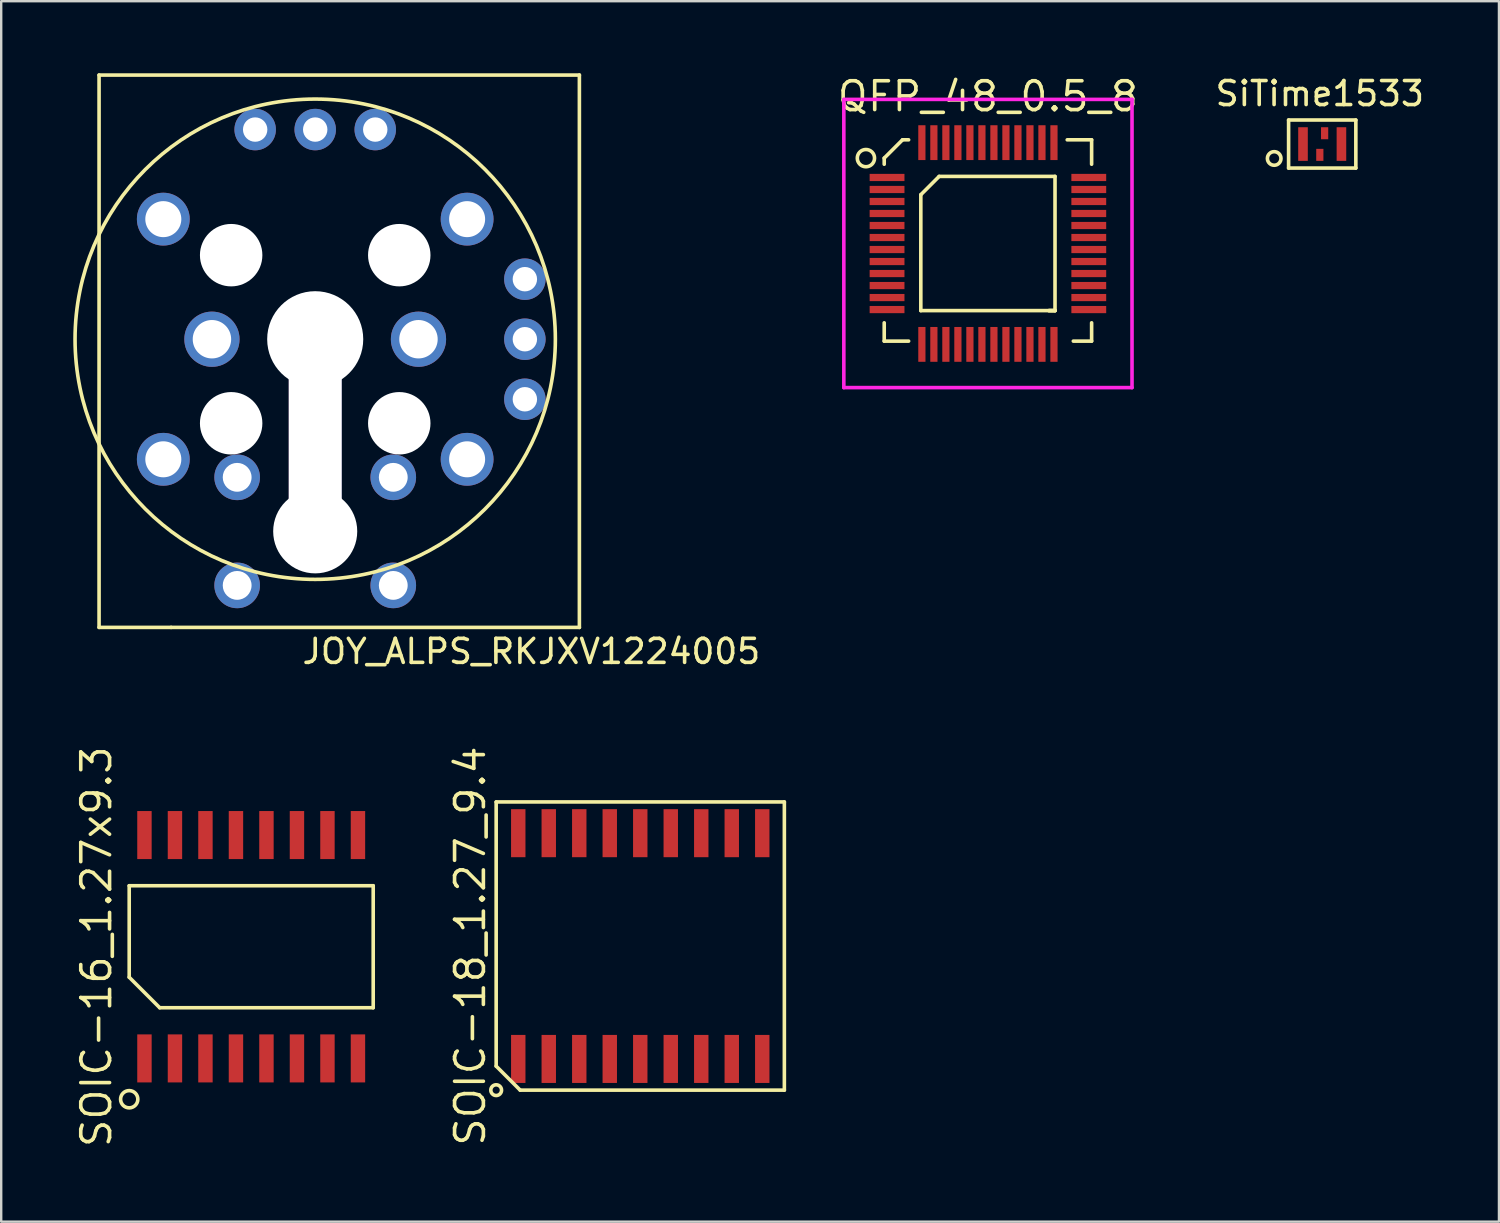
<source format=kicad_pcb>
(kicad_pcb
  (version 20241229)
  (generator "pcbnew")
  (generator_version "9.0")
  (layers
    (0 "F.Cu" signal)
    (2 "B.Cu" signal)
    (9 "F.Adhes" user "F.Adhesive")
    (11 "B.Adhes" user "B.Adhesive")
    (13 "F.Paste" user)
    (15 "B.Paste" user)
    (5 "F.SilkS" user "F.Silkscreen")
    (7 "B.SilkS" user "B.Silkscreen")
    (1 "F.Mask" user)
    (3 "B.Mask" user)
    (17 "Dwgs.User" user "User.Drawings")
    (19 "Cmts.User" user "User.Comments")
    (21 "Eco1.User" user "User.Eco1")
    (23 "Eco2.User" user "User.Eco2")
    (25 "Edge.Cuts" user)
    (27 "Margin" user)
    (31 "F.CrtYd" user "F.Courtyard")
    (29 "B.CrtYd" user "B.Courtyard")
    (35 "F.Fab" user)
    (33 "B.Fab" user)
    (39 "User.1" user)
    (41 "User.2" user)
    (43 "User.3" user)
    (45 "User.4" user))
  (footprint "JOY_ALPS_RKJXV1224005"
    (layer "F.Cu")
    (at 10.075 11.075)
    (property "Reference" "JOY_ALPS_RKJXV1224005" (at 9 13 0) (layer "F.SilkS") (effects (font (size 1 1) (thickness 0.15))))
    (attr through_hole)
    (fp_line (start -9 -11) (end -9 12) (stroke (width 0.15) (type solid)) (layer "F.SilkS"))
    (fp_line (start -9 12) (end -6 12) (stroke (width 0.15) (type solid)) (layer "F.SilkS"))
    (fp_line (start -6 12) (end 11 12) (stroke (width 0.15) (type solid)) (layer "F.SilkS"))
    (fp_line (start 11 -11) (end -9 -11) (stroke (width 0.15) (type solid)) (layer "F.SilkS"))
    (fp_line (start 11 12) (end 11 -11) (stroke (width 0.15) (type solid)) (layer "F.SilkS"))
    (fp_circle (center 0 0) (end 10 0) (stroke (width 0.15) (type solid)) (fill no) (layer "F.SilkS"))
    (pad "" thru_hole circle (at -6.325 -5) (size 2.2 2.2) (drill 1.5) (layers "*.Cu" "*.Mask"))
    (pad "" thru_hole circle (at -6.325 5) (size 2.2 2.2) (drill 1.5) (layers "*.Cu" "*.Mask"))
    (pad "" thru_hole circle (at -4.3 0) (size 2.3 2.3) (drill 1.6) (layers "*.Cu" "*.Mask"))
    (pad "" np_thru_hole circle (at -3.5 -3.5) (size 2.6 2.6) (drill 2.6) (layers "*.Cu" "*.Mask"))
    (pad "" np_thru_hole circle (at -3.5 3.5) (size 2.6 2.6) (drill 2.6) (layers "*.Cu" "*.Mask"))
    (pad "" np_thru_hole circle (at 0 0) (size 4 4) (drill 4) (layers "*.Cu" "*.Mask"))
    (pad "" np_thru_hole rect (at 0 4) (size 2.2 8) (drill oval 2.2 8) (layers "*.Cu" "*.Mask"))
    (pad "" np_thru_hole circle (at 0 8) (size 3.5 3.5) (drill 3.5) (layers "*.Cu" "*.Mask"))
    (pad "" np_thru_hole circle (at 3.5 -3.5) (size 2.6 2.6) (drill 2.6) (layers "*.Cu" "*.Mask"))
    (pad "" np_thru_hole circle (at 3.5 3.5) (size 2.6 2.6) (drill 2.6) (layers "*.Cu" "*.Mask"))
    (pad "" thru_hole circle (at 4.3 0) (size 2.3 2.3) (drill 1.6) (layers "*.Cu" "*.Mask"))
    (pad "" thru_hole circle (at 6.325 -5) (size 2.2 2.2) (drill 1.5) (layers "*.Cu" "*.Mask"))
    (pad "" thru_hole circle (at 6.325 5) (size 2.2 2.2) (drill 1.5) (layers "*.Cu" "*.Mask"))
    (pad "J0-1" thru_hole circle (at 2.5 -8.73) (size 1.727 1.727) (drill 1.016) (layers "*.Cu" "*.Mask"))
    (pad "J0-2" thru_hole circle (at 0 -8.73) (size 1.727 1.727) (drill 1.016) (layers "*.Cu" "*.Mask"))
    (pad "J0-3" thru_hole circle (at -2.5 -8.73) (size 1.727 1.727) (drill 1.016) (layers "*.Cu" "*.Mask"))
    (pad "J1-1" thru_hole circle (at 8.73 2.5) (size 1.727 1.727) (drill 1.016) (layers "*.Cu" "*.Mask"))
    (pad "J1-2" thru_hole circle (at 8.73 0) (size 1.727 1.727) (drill 1.016) (layers "*.Cu" "*.Mask"))
    (pad "J1-3" thru_hole circle (at 8.73 -2.5) (size 1.727 1.727) (drill 1.016) (layers "*.Cu" "*.Mask"))
    (pad "SW0" thru_hole circle (at -3.25 5.75) (size 1.9 1.9) (drill 1.2) (layers "*.Cu" "*.Mask"))
    (pad "SW0" thru_hole circle (at 3.25 5.75) (size 1.9 1.9) (drill 1.2) (layers "*.Cu" "*.Mask"))
    (pad "SW1" thru_hole circle (at -3.25 10.25) (size 1.9 1.9) (drill 1.2) (layers "*.Cu" "*.Mask"))
    (pad "SW1" thru_hole circle (at 3.25 10.25) (size 1.9 1.9) (drill 1.2) (layers "*.Cu" "*.Mask")))
  (footprint "SOIC-18_1.27_9.4"
    (layer "F.Cu")
    (at 23.61 36.343)
    (property "Reference" "SOIC-18_1.27_9.4" (at -7.08 0 90) (layer "F.SilkS") (effects (font (size 1.2 1.2) (thickness 0.15))))
    (attr through_hole)
    (fp_line (start -6 -6) (end 6 -6) (stroke (width 0.15) (type solid)) (layer "F.SilkS"))
    (fp_line (start -6 5) (end -6 -6) (stroke (width 0.15) (type solid)) (layer "F.SilkS"))
    (fp_line (start -5 6) (end -6 5) (stroke (width 0.15) (type solid)) (layer "F.SilkS"))
    (fp_line (start 6 -6) (end 6 6) (stroke (width 0.15) (type solid)) (layer "F.SilkS"))
    (fp_line (start 6 6) (end -5 6) (stroke (width 0.15) (type solid)) (layer "F.SilkS"))
    (fp_circle (center -6 6) (end -5.8 5.9) (stroke (width 0.15) (type solid)) (fill no) (layer "F.SilkS"))
    (pad "1" smd rect (at -5.08 4.7) (size 0.6 2) (layers "F.Cu" "F.Mask" "F.Paste"))
    (pad "2" smd rect (at -3.81 4.7) (size 0.6 2) (layers "F.Cu" "F.Mask" "F.Paste"))
    (pad "3" smd rect (at -2.54 4.7) (size 0.6 2) (layers "F.Cu" "F.Mask" "F.Paste"))
    (pad "4" smd rect (at -1.27 4.7) (size 0.6 2) (layers "F.Cu" "F.Mask" "F.Paste"))
    (pad "5" smd rect (at 0 4.7) (size 0.6 2) (layers "F.Cu" "F.Mask" "F.Paste"))
    (pad "6" smd rect (at 1.27 4.7) (size 0.6 2) (layers "F.Cu" "F.Mask" "F.Paste"))
    (pad "7" smd rect (at 2.54 4.7) (size 0.6 2) (layers "F.Cu" "F.Mask" "F.Paste"))
    (pad "8" smd rect (at 3.81 4.7) (size 0.6 2) (layers "F.Cu" "F.Mask" "F.Paste"))
    (pad "9" smd rect (at 5.08 4.7) (size 0.6 2) (layers "F.Cu" "F.Mask" "F.Paste"))
    (pad "10" smd rect (at 5.08 -4.7) (size 0.6 2) (layers "F.Cu" "F.Mask" "F.Paste"))
    (pad "11" smd rect (at 3.81 -4.7) (size 0.6 2) (layers "F.Cu" "F.Mask" "F.Paste"))
    (pad "12" smd rect (at 2.54 -4.7) (size 0.6 2) (layers "F.Cu" "F.Mask" "F.Paste"))
    (pad "13" smd rect (at 1.27 -4.7) (size 0.6 2) (layers "F.Cu" "F.Mask" "F.Paste"))
    (pad "14" smd rect (at 0 -4.7) (size 0.6 2) (layers "F.Cu" "F.Mask" "F.Paste"))
    (pad "15" smd rect (at -1.27 -4.7) (size 0.6 2) (layers "F.Cu" "F.Mask" "F.Paste"))
    (pad "16" smd rect (at -2.54 -4.7) (size 0.6 2) (layers "F.Cu" "F.Mask" "F.Paste"))
    (pad "17" smd rect (at -3.81 -4.7) (size 0.6 2) (layers "F.Cu" "F.Mask" "F.Paste"))
    (pad "18" smd rect (at -5.08 -4.7) (size 0.6 2) (layers "F.Cu" "F.Mask" "F.Paste")))
  (footprint "SiTime1533"
    (layer "F.Cu")
    (at 52.006 2.948)
    (property "Reference" "SiTime1533" (at -0.1 -2.1 0) (layer "F.SilkS") (effects (font (size 1 1) (thickness 0.15))))
    (attr through_hole)
    (fp_line (start -1.4 -1) (end -1.4 1) (stroke (width 0.15) (type solid)) (layer "F.SilkS"))
    (fp_line (start -1.4 1) (end 1.4 1) (stroke (width 0.15) (type solid)) (layer "F.SilkS"))
    (fp_line (start 1.4 -1) (end -1.4 -1) (stroke (width 0.15) (type solid)) (layer "F.SilkS"))
    (fp_line (start 1.4 1) (end 1.4 -1) (stroke (width 0.15) (type solid)) (layer "F.SilkS"))
    (fp_circle (center -2 0.6) (end -1.8 0.8) (stroke (width 0.15) (type solid)) (fill no) (layer "F.SilkS"))
    (pad "1" smd rect (at -0.8 0) (size 0.4 1.4) (layers "F.Cu" "F.Mask" "F.Paste"))
    (pad "2" smd rect (at -0.1 0.45) (size 0.3 0.5) (layers "F.Cu" "F.Mask" "F.Paste"))
    (pad "3" smd rect (at 0.8 0) (size 0.4 1.4) (layers "F.Cu" "F.Mask" "F.Paste"))
    (pad "4" smd rect (at 0.1 -0.45) (size 0.3 0.5) (layers "F.Cu" "F.Mask" "F.Paste")))
  (footprint "SOIC-16_1.27x9.3"
    (layer "F.Cu")
    (at 7.41 36.371)
    (property "Reference" "SOIC-16_1.27x9.3" (at -6.445 0 90) (layer "F.SilkS") (effects (font (size 1.2 1.2) (thickness 0.15))))
    (attr through_hole)
    (fp_line (start -5.08 -2.54) (end -5.08 1.27) (stroke (width 0.15) (type solid)) (layer "F.SilkS"))
    (fp_line (start -5.08 1.27) (end -3.81 2.54) (stroke (width 0.15) (type solid)) (layer "F.SilkS"))
    (fp_line (start -3.81 2.54) (end 5.08 2.54) (stroke (width 0.15) (type solid)) (layer "F.SilkS"))
    (fp_line (start 5.08 -2.54) (end -5.08 -2.54) (stroke (width 0.15) (type solid)) (layer "F.SilkS"))
    (fp_line (start 5.08 2.54) (end 5.08 -2.54) (stroke (width 0.15) (type solid)) (layer "F.SilkS"))
    (fp_circle (center -5.08 6.35) (end -4.826 6.096) (stroke (width 0.15) (type solid)) (fill no) (layer "F.SilkS"))
    (pad "1" smd rect (at -4.445 4.65) (size 0.6 2) (layers "F.Cu" "F.Mask" "F.Paste"))
    (pad "2" smd rect (at -3.175 4.65) (size 0.6 2) (layers "F.Cu" "F.Mask" "F.Paste"))
    (pad "3" smd rect (at -1.905 4.65) (size 0.6 2) (layers "F.Cu" "F.Mask" "F.Paste"))
    (pad "4" smd rect (at -0.635 4.65) (size 0.6 2) (layers "F.Cu" "F.Mask" "F.Paste"))
    (pad "5" smd rect (at 0.635 4.65) (size 0.6 2) (layers "F.Cu" "F.Mask" "F.Paste"))
    (pad "6" smd rect (at 1.905 4.65) (size 0.6 2) (layers "F.Cu" "F.Mask" "F.Paste"))
    (pad "7" smd rect (at 3.175 4.65) (size 0.6 2) (layers "F.Cu" "F.Mask" "F.Paste"))
    (pad "8" smd rect (at 4.445 4.65) (size 0.6 2) (layers "F.Cu" "F.Mask" "F.Paste"))
    (pad "9" smd rect (at 4.445 -4.65) (size 0.6 2) (layers "F.Cu" "F.Mask" "F.Paste"))
    (pad "10" smd rect (at 3.175 -4.65) (size 0.6 2) (layers "F.Cu" "F.Mask" "F.Paste"))
    (pad "11" smd rect (at 1.905 -4.65) (size 0.6 2) (layers "F.Cu" "F.Mask" "F.Paste"))
    (pad "12" smd rect (at 0.635 -4.65) (size 0.6 2) (layers "F.Cu" "F.Mask" "F.Paste"))
    (pad "13" smd rect (at -0.635 -4.65) (size 0.6 2) (layers "F.Cu" "F.Mask" "F.Paste"))
    (pad "14" smd rect (at -1.905 -4.65) (size 0.6 2) (layers "F.Cu" "F.Mask" "F.Paste"))
    (pad "15" smd rect (at -3.175 -4.65) (size 0.6 2) (layers "F.Cu" "F.Mask" "F.Paste"))
    (pad "16" smd rect (at -4.445 -4.65) (size 0.6 2) (layers "F.Cu" "F.Mask" "F.Paste")))
  (footprint "QFP_48_0.5_8"
    (layer "F.Cu")
    (at 38.086 7.09)
    (property "Reference" "QFP_48_0.5_8" (at 0 -6.125 0) (layer "F.SilkS") (effects (font (size 1.2 1.2) (thickness 0.15))))
    (attr through_hole)
    (fp_line (start -4.318 -3.556) (end -4.318 -3.302) (stroke (width 0.15) (type solid)) (layer "F.SilkS"))
    (fp_line (start -4.318 4.064) (end -4.318 3.302) (stroke (width 0.15) (type solid)) (layer "F.SilkS"))
    (fp_line (start -3.556 -4.318) (end -4.318 -3.556) (stroke (width 0.15) (type solid)) (layer "F.SilkS"))
    (fp_line (start -3.302 -4.318) (end -3.556 -4.318) (stroke (width 0.15) (type solid)) (layer "F.SilkS"))
    (fp_line (start -3.302 4.064) (end -4.318 4.064) (stroke (width 0.15) (type solid)) (layer "F.SilkS"))
    (fp_line (start -2.794 -2.032) (end -2.794 2.794) (stroke (width 0.15) (type solid)) (layer "F.SilkS"))
    (fp_line (start -2.794 2.794) (end 2.794 2.794) (stroke (width 0.15) (type solid)) (layer "F.SilkS"))
    (fp_line (start -2.032 -2.794) (end -2.794 -2.032) (stroke (width 0.15) (type solid)) (layer "F.SilkS"))
    (fp_line (start 2.54 2.794) (end 2.794 2.794) (stroke (width 0.15) (type solid)) (layer "F.SilkS"))
    (fp_line (start 2.794 -2.794) (end -2.032 -2.794) (stroke (width 0.15) (type solid)) (layer "F.SilkS"))
    (fp_line (start 2.794 2.794) (end 2.54 2.794) (stroke (width 0.15) (type solid)) (layer "F.SilkS"))
    (fp_line (start 2.794 2.794) (end 2.794 -2.794) (stroke (width 0.15) (type solid)) (layer "F.SilkS"))
    (fp_line (start 3.556 4.064) (end 4.318 4.064) (stroke (width 0.15) (type solid)) (layer "F.SilkS"))
    (fp_line (start 4.318 -4.318) (end 3.302 -4.318) (stroke (width 0.15) (type solid)) (layer "F.SilkS"))
    (fp_line (start 4.318 -3.302) (end 4.318 -4.318) (stroke (width 0.15) (type solid)) (layer "F.SilkS"))
    (fp_line (start 4.318 4.064) (end 4.318 3.302) (stroke (width 0.15) (type solid)) (layer "F.SilkS"))
    (fp_circle (center -5.08 -3.556) (end -5.334 -3.81) (stroke (width 0.15) (type solid)) (fill no) (layer "F.SilkS"))
    (fp_line (start -6 -6) (end 6 -6) (stroke (width 0.15) (type solid)) (layer "F.CrtYd"))
    (fp_line (start -6 6) (end -6 -6) (stroke (width 0.15) (type solid)) (layer "F.CrtYd"))
    (fp_line (start 6 -6) (end 6 6) (stroke (width 0.15) (type solid)) (layer "F.CrtYd"))
    (fp_line (start 6 6) (end -6 6) (stroke (width 0.15) (type solid)) (layer "F.CrtYd"))
    (pad "1" smd rect (at -4.2 -2.75 90) (size 0.3 1.45) (layers "F.Cu" "F.Mask" "F.Paste"))
    (pad "2" smd rect (at -4.2 -2.25 90) (size 0.3 1.45) (layers "F.Cu" "F.Mask" "F.Paste"))
    (pad "3" smd rect (at -4.2 -1.75 90) (size 0.3 1.45) (layers "F.Cu" "F.Mask" "F.Paste"))
    (pad "4" smd rect (at -4.2 -1.25 90) (size 0.3 1.45) (layers "F.Cu" "F.Mask" "F.Paste"))
    (pad "5" smd rect (at -4.2 -0.75 90) (size 0.3 1.45) (layers "F.Cu" "F.Mask" "F.Paste"))
    (pad "6" smd rect (at -4.2 -0.25 90) (size 0.3 1.45) (layers "F.Cu" "F.Mask" "F.Paste"))
    (pad "7" smd rect (at -4.2 0.25 90) (size 0.3 1.45) (layers "F.Cu" "F.Mask" "F.Paste"))
    (pad "8" smd rect (at -4.2 0.75 90) (size 0.3 1.45) (layers "F.Cu" "F.Mask" "F.Paste"))
    (pad "9" smd rect (at -4.2 1.25 90) (size 0.3 1.45) (layers "F.Cu" "F.Mask" "F.Paste"))
    (pad "10" smd rect (at -4.2 1.75 90) (size 0.3 1.45) (layers "F.Cu" "F.Mask" "F.Paste"))
    (pad "11" smd rect (at -4.2 2.25 90) (size 0.3 1.45) (layers "F.Cu" "F.Mask" "F.Paste"))
    (pad "12" smd rect (at -4.2 2.75 90) (size 0.3 1.45) (layers "F.Cu" "F.Mask" "F.Paste"))
    (pad "13" smd rect (at -2.75 4.2) (size 0.3 1.45) (layers "F.Cu" "F.Mask" "F.Paste"))
    (pad "14" smd rect (at -2.25 4.2) (size 0.3 1.45) (layers "F.Cu" "F.Mask" "F.Paste"))
    (pad "15" smd rect (at -1.75 4.2) (size 0.3 1.45) (layers "F.Cu" "F.Mask" "F.Paste"))
    (pad "16" smd rect (at -1.25 4.2) (size 0.3 1.45) (layers "F.Cu" "F.Mask" "F.Paste"))
    (pad "17" smd rect (at -0.75 4.2) (size 0.3 1.45) (layers "F.Cu" "F.Mask" "F.Paste"))
    (pad "18" smd rect (at -0.25 4.2) (size 0.3 1.45) (layers "F.Cu" "F.Mask" "F.Paste"))
    (pad "19" smd rect (at 0.25 4.2) (size 0.3 1.45) (layers "F.Cu" "F.Mask" "F.Paste"))
    (pad "20" smd rect (at 0.75 4.2) (size 0.3 1.45) (layers "F.Cu" "F.Mask" "F.Paste"))
    (pad "21" smd rect (at 1.25 4.2) (size 0.3 1.45) (layers "F.Cu" "F.Mask" "F.Paste"))
    (pad "22" smd rect (at 1.75 4.2) (size 0.3 1.45) (layers "F.Cu" "F.Mask" "F.Paste"))
    (pad "23" smd rect (at 2.25 4.2) (size 0.3 1.45) (layers "F.Cu" "F.Mask" "F.Paste"))
    (pad "24" smd rect (at 2.75 4.2) (size 0.3 1.45) (layers "F.Cu" "F.Mask" "F.Paste"))
    (pad "25" smd rect (at 4.2 2.75 90) (size 0.3 1.45) (layers "F.Cu" "F.Mask" "F.Paste"))
    (pad "26" smd rect (at 4.2 2.25 90) (size 0.3 1.45) (layers "F.Cu" "F.Mask" "F.Paste"))
    (pad "27" smd rect (at 4.2 1.75 90) (size 0.3 1.45) (layers "F.Cu" "F.Mask" "F.Paste"))
    (pad "28" smd rect (at 4.2 1.25 90) (size 0.3 1.45) (layers "F.Cu" "F.Mask" "F.Paste"))
    (pad "29" smd rect (at 4.2 0.75 90) (size 0.3 1.45) (layers "F.Cu" "F.Mask" "F.Paste"))
    (pad "30" smd rect (at 4.2 0.25 90) (size 0.3 1.45) (layers "F.Cu" "F.Mask" "F.Paste"))
    (pad "31" smd rect (at 4.2 -0.25 90) (size 0.3 1.45) (layers "F.Cu" "F.Mask" "F.Paste"))
    (pad "32" smd rect (at 4.2 -0.75 90) (size 0.3 1.45) (layers "F.Cu" "F.Mask" "F.Paste"))
    (pad "33" smd rect (at 4.2 -1.25 90) (size 0.3 1.45) (layers "F.Cu" "F.Mask" "F.Paste"))
    (pad "34" smd rect (at 4.2 -1.75 90) (size 0.3 1.45) (layers "F.Cu" "F.Mask" "F.Paste"))
    (pad "35" smd rect (at 4.2 -2.25 90) (size 0.3 1.45) (layers "F.Cu" "F.Mask" "F.Paste"))
    (pad "36" smd rect (at 4.2 -2.75 90) (size 0.3 1.45) (layers "F.Cu" "F.Mask" "F.Paste"))
    (pad "37" smd rect (at 2.75 -4.2) (size 0.3 1.45) (layers "F.Cu" "F.Mask" "F.Paste"))
    (pad "38" smd rect (at 2.25 -4.2) (size 0.3 1.45) (layers "F.Cu" "F.Mask" "F.Paste"))
    (pad "39" smd rect (at 1.75 -4.2) (size 0.3 1.45) (layers "F.Cu" "F.Mask" "F.Paste"))
    (pad "40" smd rect (at 1.25 -4.2) (size 0.3 1.45) (layers "F.Cu" "F.Mask" "F.Paste"))
    (pad "41" smd rect (at 0.75 -4.2) (size 0.3 1.45) (layers "F.Cu" "F.Mask" "F.Paste"))
    (pad "42" smd rect (at 0.25 -4.2) (size 0.3 1.45) (layers "F.Cu" "F.Mask" "F.Paste"))
    (pad "43" smd rect (at -0.25 -4.2) (size 0.3 1.45) (layers "F.Cu" "F.Mask" "F.Paste"))
    (pad "44" smd rect (at -0.75 -4.2) (size 0.3 1.45) (layers "F.Cu" "F.Mask" "F.Paste"))
    (pad "45" smd rect (at -1.25 -4.2) (size 0.3 1.45) (layers "F.Cu" "F.Mask" "F.Paste"))
    (pad "46" smd rect (at -1.75 -4.2) (size 0.3 1.45) (layers "F.Cu" "F.Mask" "F.Paste"))
    (pad "47" smd rect (at -2.25 -4.2) (size 0.3 1.45) (layers "F.Cu" "F.Mask" "F.Paste"))
    (pad "48" smd rect (at -2.75 -4.2) (size 0.3 1.45) (layers "F.Cu" "F.Mask" "F.Paste")))
  (gr_rect
    (start -3 -3)
    (end 59.365 47.819)
    (stroke (width 0.1) (type default))
    (fill no)
    (layer "Edge.Cuts")))
</source>
